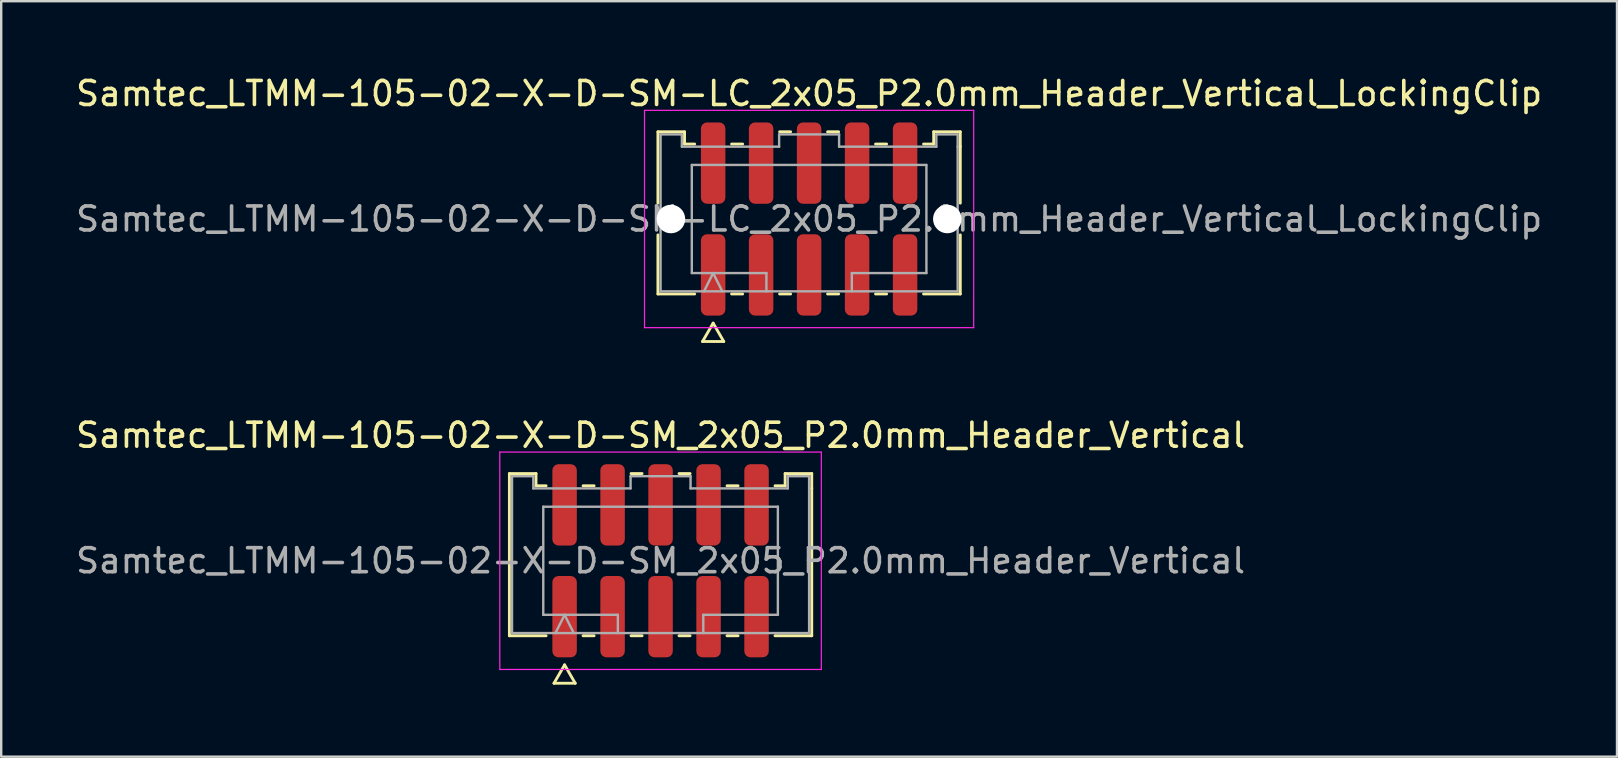
<source format=kicad_pcb>
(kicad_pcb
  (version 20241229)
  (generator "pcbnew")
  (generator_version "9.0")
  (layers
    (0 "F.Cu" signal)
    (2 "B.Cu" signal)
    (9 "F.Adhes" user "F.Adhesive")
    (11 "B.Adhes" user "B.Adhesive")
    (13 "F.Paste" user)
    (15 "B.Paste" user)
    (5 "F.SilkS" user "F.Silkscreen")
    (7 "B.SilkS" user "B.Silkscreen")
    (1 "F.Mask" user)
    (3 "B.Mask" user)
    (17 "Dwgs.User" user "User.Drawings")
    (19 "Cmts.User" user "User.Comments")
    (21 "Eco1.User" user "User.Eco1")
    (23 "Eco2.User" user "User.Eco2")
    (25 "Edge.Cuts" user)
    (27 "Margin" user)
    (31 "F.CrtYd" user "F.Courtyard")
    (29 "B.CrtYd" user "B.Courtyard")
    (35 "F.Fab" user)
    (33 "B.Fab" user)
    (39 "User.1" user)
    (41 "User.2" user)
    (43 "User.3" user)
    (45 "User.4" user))
  (footprint "Samtec_LTMM-105-02-X-D-SM-LC_2x05_P2.0mm_Header_Vertical_LockingClip"
    (layer "F.Cu")
    (at 30.673 6.078)
    (property "Reference" "Samtec_LTMM-105-02-X-D-SM-LC_2x05_P2.0mm_Header_Vertical_LockingClip" (at 0 -5.23 0) (layer "F.SilkS") (effects (font (size 1 1) (thickness 0.15))))
    (attr smd)
    (fp_line (start -6.301 -3.635) (end -5.192 -3.635) (stroke (width 0.12) (type solid)) (layer "F.SilkS"))
    (fp_line (start -6.301 -0.662) (end -6.301 -3.635) (stroke (width 0.12) (type solid)) (layer "F.SilkS"))
    (fp_line (start -6.301 3.125) (end -6.301 0.662) (stroke (width 0.12) (type solid)) (layer "F.SilkS"))
    (fp_line (start -5.192 -3.635) (end -5.192 -3.125) (stroke (width 0.12) (type solid)) (layer "F.SilkS"))
    (fp_line (start -5.192 -3.125) (end -4.77 -3.125) (stroke (width 0.12) (type solid)) (layer "F.SilkS"))
    (fp_line (start -4.77 3.125) (end -6.301 3.125) (stroke (width 0.12) (type solid)) (layer "F.SilkS"))
    (fp_line (start -4.442 5.105) (end -4 4.34) (stroke (width 0.12) (type solid)) (layer "F.SilkS"))
    (fp_line (start -4 4.34) (end -3.558 5.105) (stroke (width 0.12) (type solid)) (layer "F.SilkS"))
    (fp_line (start -3.558 5.105) (end -4.442 5.105) (stroke (width 0.12) (type solid)) (layer "F.SilkS"))
    (fp_line (start -3.23 -3.125) (end -2.77 -3.125) (stroke (width 0.12) (type solid)) (layer "F.SilkS"))
    (fp_line (start -2.77 3.125) (end -3.23 3.125) (stroke (width 0.12) (type solid)) (layer "F.SilkS"))
    (fp_line (start -1.23 -3.635) (end -0.77 -3.635) (stroke (width 0.12) (type solid)) (layer "F.SilkS"))
    (fp_line (start -0.77 3.125) (end -1.23 3.125) (stroke (width 0.12) (type solid)) (layer "F.SilkS"))
    (fp_line (start 0.77 -3.635) (end 1.23 -3.635) (stroke (width 0.12) (type solid)) (layer "F.SilkS"))
    (fp_line (start 1.23 3.125) (end 0.77 3.125) (stroke (width 0.12) (type solid)) (layer "F.SilkS"))
    (fp_line (start 2.77 -3.125) (end 3.23 -3.125) (stroke (width 0.12) (type solid)) (layer "F.SilkS"))
    (fp_line (start 3.23 3.125) (end 2.77 3.125) (stroke (width 0.12) (type solid)) (layer "F.SilkS"))
    (fp_line (start 4.77 -3.125) (end 5.192 -3.125) (stroke (width 0.12) (type solid)) (layer "F.SilkS"))
    (fp_line (start 5.192 -3.635) (end 6.301 -3.635) (stroke (width 0.12) (type solid)) (layer "F.SilkS"))
    (fp_line (start 5.192 -3.125) (end 5.192 -3.635) (stroke (width 0.12) (type solid)) (layer "F.SilkS"))
    (fp_line (start 6.301 -3.635) (end 6.301 -3.015) (stroke (width 0.12) (type solid)) (layer "F.SilkS"))
    (fp_line (start 6.301 -3.015) (end 6.301 -0.662) (stroke (width 0.12) (type solid)) (layer "F.SilkS"))
    (fp_line (start 6.301 0.662) (end 6.301 3.125) (stroke (width 0.12) (type solid)) (layer "F.SilkS"))
    (fp_line (start 6.301 3.125) (end 4.77 3.125) (stroke (width 0.12) (type solid)) (layer "F.SilkS"))
    (fp_line (start -6.86 -4.53) (end -6.86 4.53) (stroke (width 0.05) (type solid)) (layer "F.CrtYd"))
    (fp_line (start -6.86 4.53) (end 6.86 4.53) (stroke (width 0.05) (type solid)) (layer "F.CrtYd"))
    (fp_line (start 6.86 -4.53) (end -6.86 -4.53) (stroke (width 0.05) (type solid)) (layer "F.CrtYd"))
    (fp_line (start 6.86 4.53) (end 6.86 -4.53) (stroke (width 0.05) (type solid)) (layer "F.CrtYd"))
    (fp_line (start -6.191 -3.525) (end -5.303 -3.525) (stroke (width 0.1) (type solid)) (layer "F.Fab"))
    (fp_line (start -6.191 3.015) (end -6.191 -3.525) (stroke (width 0.1) (type solid)) (layer "F.Fab"))
    (fp_line (start -5.303 -3.525) (end -5.303 -3.015) (stroke (width 0.1) (type solid)) (layer "F.Fab"))
    (fp_line (start -5.303 -3.015) (end -1.25 -3.015) (stroke (width 0.1) (type solid)) (layer "F.Fab"))
    (fp_line (start -4.889 -2.253) (end 4.889 -2.253) (stroke (width 0.1) (type solid)) (layer "F.Fab"))
    (fp_line (start -4.889 2.253) (end -4.889 -2.253) (stroke (width 0.1) (type solid)) (layer "F.Fab"))
    (fp_line (start -4.381 3.015) (end -4 2.253) (stroke (width 0.1) (type solid)) (layer "F.Fab"))
    (fp_line (start -4 2.253) (end -3.619 3.015) (stroke (width 0.1) (type solid)) (layer "F.Fab"))
    (fp_line (start -1.78 2.253) (end -4.889 2.253) (stroke (width 0.1) (type solid)) (layer "F.Fab"))
    (fp_line (start -1.78 3.015) (end -1.78 2.253) (stroke (width 0.1) (type solid)) (layer "F.Fab"))
    (fp_line (start -1.25 -3.525) (end 1.25 -3.525) (stroke (width 0.1) (type solid)) (layer "F.Fab"))
    (fp_line (start -1.25 -3.015) (end -1.25 -3.525) (stroke (width 0.1) (type solid)) (layer "F.Fab"))
    (fp_line (start 1.25 -3.525) (end 1.25 -3.015) (stroke (width 0.1) (type solid)) (layer "F.Fab"))
    (fp_line (start 1.25 -3.015) (end 5.303 -3.015) (stroke (width 0.1) (type solid)) (layer "F.Fab"))
    (fp_line (start 1.78 2.253) (end 1.78 3.015) (stroke (width 0.1) (type solid)) (layer "F.Fab"))
    (fp_line (start 4.889 -2.253) (end 4.889 2.253) (stroke (width 0.1) (type solid)) (layer "F.Fab"))
    (fp_line (start 4.889 2.253) (end 1.78 2.253) (stroke (width 0.1) (type solid)) (layer "F.Fab"))
    (fp_line (start 5.303 -3.525) (end 6.191 -3.525) (stroke (width 0.1) (type solid)) (layer "F.Fab"))
    (fp_line (start 5.303 -3.015) (end 5.303 -3.525) (stroke (width 0.1) (type solid)) (layer "F.Fab"))
    (fp_line (start 6.191 -3.525) (end 6.191 -3.015) (stroke (width 0.1) (type solid)) (layer "F.Fab"))
    (fp_line (start 6.191 -3.015) (end 6.191 3.015) (stroke (width 0.1) (type solid)) (layer "F.Fab"))
    (fp_line (start 6.191 3.015) (end -6.191 3.015) (stroke (width 0.1) (type solid)) (layer "F.Fab"))
    (fp_text user "${REFERENCE}" (at 0 0 0) (layer "F.Fab") (effects (font (size 1 1) (thickness 0.15))))
    (pad "" np_thru_hole circle (at -5.76 0) (size 1.19 1.19) (drill 1.19) (layers "*.Cu" "*.Mask"))
    (pad "" np_thru_hole circle (at 5.76 0) (size 1.19 1.19) (drill 1.19) (layers "*.Cu" "*.Mask"))
    (pad "1" smd roundrect (at -4 2.33) (size 1.02 3.39) (layers "F.Cu" "F.Mask" "F.Paste") (roundrect_rratio 0.25))
    (pad "2" smd roundrect (at -4 -2.33) (size 1.02 3.39) (layers "F.Cu" "F.Mask" "F.Paste") (roundrect_rratio 0.25))
    (pad "3" smd roundrect (at -2 2.33) (size 1.02 3.39) (layers "F.Cu" "F.Mask" "F.Paste") (roundrect_rratio 0.25))
    (pad "4" smd roundrect (at -2 -2.33) (size 1.02 3.39) (layers "F.Cu" "F.Mask" "F.Paste") (roundrect_rratio 0.25))
    (pad "5" smd roundrect (at 0 2.33) (size 1.02 3.39) (layers "F.Cu" "F.Mask" "F.Paste") (roundrect_rratio 0.25))
    (pad "6" smd roundrect (at 0 -2.33) (size 1.02 3.39) (layers "F.Cu" "F.Mask" "F.Paste") (roundrect_rratio 0.25))
    (pad "7" smd roundrect (at 2 2.33) (size 1.02 3.39) (layers "F.Cu" "F.Mask" "F.Paste") (roundrect_rratio 0.25))
    (pad "8" smd roundrect (at 2 -2.33) (size 1.02 3.39) (layers "F.Cu" "F.Mask" "F.Paste") (roundrect_rratio 0.25))
    (pad "9" smd roundrect (at 4 2.33) (size 1.02 3.39) (layers "F.Cu" "F.Mask" "F.Paste") (roundrect_rratio 0.25))
    (pad "10" smd roundrect (at 4 -2.33) (size 1.02 3.39) (layers "F.Cu" "F.Mask" "F.Paste") (roundrect_rratio 0.25)))
  (footprint "Samtec_LTMM-105-02-X-D-SM_2x05_P2.0mm_Header_Vertical"
    (layer "F.Cu")
    (at 24.482 20.322)
    (property "Reference" "Samtec_LTMM-105-02-X-D-SM_2x05_P2.0mm_Header_Vertical" (at 0 -5.23 0) (layer "F.SilkS") (effects (font (size 1 1) (thickness 0.15))))
    (attr smd)
    (fp_line (start -6.301 -3.635) (end -5.192 -3.635) (stroke (width 0.12) (type solid)) (layer "F.SilkS"))
    (fp_line (start -6.301 3.125) (end -6.301 -3.635) (stroke (width 0.12) (type solid)) (layer "F.SilkS"))
    (fp_line (start -5.192 -3.635) (end -5.192 -3.125) (stroke (width 0.12) (type solid)) (layer "F.SilkS"))
    (fp_line (start -5.192 -3.125) (end -4.77 -3.125) (stroke (width 0.12) (type solid)) (layer "F.SilkS"))
    (fp_line (start -4.77 3.125) (end -6.301 3.125) (stroke (width 0.12) (type solid)) (layer "F.SilkS"))
    (fp_line (start -4.442 5.105) (end -4 4.34) (stroke (width 0.12) (type solid)) (layer "F.SilkS"))
    (fp_line (start -4 4.34) (end -3.558 5.105) (stroke (width 0.12) (type solid)) (layer "F.SilkS"))
    (fp_line (start -3.558 5.105) (end -4.442 5.105) (stroke (width 0.12) (type solid)) (layer "F.SilkS"))
    (fp_line (start -3.23 -3.125) (end -2.77 -3.125) (stroke (width 0.12) (type solid)) (layer "F.SilkS"))
    (fp_line (start -2.77 3.125) (end -3.23 3.125) (stroke (width 0.12) (type solid)) (layer "F.SilkS"))
    (fp_line (start -1.23 -3.635) (end -0.77 -3.635) (stroke (width 0.12) (type solid)) (layer "F.SilkS"))
    (fp_line (start -0.77 3.125) (end -1.23 3.125) (stroke (width 0.12) (type solid)) (layer "F.SilkS"))
    (fp_line (start 0.77 -3.635) (end 1.23 -3.635) (stroke (width 0.12) (type solid)) (layer "F.SilkS"))
    (fp_line (start 1.23 3.125) (end 0.77 3.125) (stroke (width 0.12) (type solid)) (layer "F.SilkS"))
    (fp_line (start 2.77 -3.125) (end 3.23 -3.125) (stroke (width 0.12) (type solid)) (layer "F.SilkS"))
    (fp_line (start 3.23 3.125) (end 2.77 3.125) (stroke (width 0.12) (type solid)) (layer "F.SilkS"))
    (fp_line (start 4.77 -3.125) (end 5.192 -3.125) (stroke (width 0.12) (type solid)) (layer "F.SilkS"))
    (fp_line (start 5.192 -3.635) (end 6.301 -3.635) (stroke (width 0.12) (type solid)) (layer "F.SilkS"))
    (fp_line (start 5.192 -3.125) (end 5.192 -3.635) (stroke (width 0.12) (type solid)) (layer "F.SilkS"))
    (fp_line (start 6.301 -3.635) (end 6.301 -3.015) (stroke (width 0.12) (type solid)) (layer "F.SilkS"))
    (fp_line (start 6.301 -3.015) (end 6.301 3.125) (stroke (width 0.12) (type solid)) (layer "F.SilkS"))
    (fp_line (start 6.301 3.125) (end 4.77 3.125) (stroke (width 0.12) (type solid)) (layer "F.SilkS"))
    (fp_line (start -6.7 -4.53) (end -6.7 4.53) (stroke (width 0.05) (type solid)) (layer "F.CrtYd"))
    (fp_line (start -6.7 4.53) (end 6.7 4.53) (stroke (width 0.05) (type solid)) (layer "F.CrtYd"))
    (fp_line (start 6.7 -4.53) (end -6.7 -4.53) (stroke (width 0.05) (type solid)) (layer "F.CrtYd"))
    (fp_line (start 6.7 4.53) (end 6.7 -4.53) (stroke (width 0.05) (type solid)) (layer "F.CrtYd"))
    (fp_line (start -6.191 -3.525) (end -5.303 -3.525) (stroke (width 0.1) (type solid)) (layer "F.Fab"))
    (fp_line (start -6.191 3.015) (end -6.191 -3.525) (stroke (width 0.1) (type solid)) (layer "F.Fab"))
    (fp_line (start -5.303 -3.525) (end -5.303 -3.015) (stroke (width 0.1) (type solid)) (layer "F.Fab"))
    (fp_line (start -5.303 -3.015) (end -1.25 -3.015) (stroke (width 0.1) (type solid)) (layer "F.Fab"))
    (fp_line (start -4.889 -2.253) (end 4.889 -2.253) (stroke (width 0.1) (type solid)) (layer "F.Fab"))
    (fp_line (start -4.889 2.253) (end -4.889 -2.253) (stroke (width 0.1) (type solid)) (layer "F.Fab"))
    (fp_line (start -4.381 3.015) (end -4 2.253) (stroke (width 0.1) (type solid)) (layer "F.Fab"))
    (fp_line (start -4 2.253) (end -3.619 3.015) (stroke (width 0.1) (type solid)) (layer "F.Fab"))
    (fp_line (start -1.78 2.253) (end -4.889 2.253) (stroke (width 0.1) (type solid)) (layer "F.Fab"))
    (fp_line (start -1.78 3.015) (end -1.78 2.253) (stroke (width 0.1) (type solid)) (layer "F.Fab"))
    (fp_line (start -1.25 -3.525) (end 1.25 -3.525) (stroke (width 0.1) (type solid)) (layer "F.Fab"))
    (fp_line (start -1.25 -3.015) (end -1.25 -3.525) (stroke (width 0.1) (type solid)) (layer "F.Fab"))
    (fp_line (start 1.25 -3.525) (end 1.25 -3.015) (stroke (width 0.1) (type solid)) (layer "F.Fab"))
    (fp_line (start 1.25 -3.015) (end 5.303 -3.015) (stroke (width 0.1) (type solid)) (layer "F.Fab"))
    (fp_line (start 1.78 2.253) (end 1.78 3.015) (stroke (width 0.1) (type solid)) (layer "F.Fab"))
    (fp_line (start 4.889 -2.253) (end 4.889 2.253) (stroke (width 0.1) (type solid)) (layer "F.Fab"))
    (fp_line (start 4.889 2.253) (end 1.78 2.253) (stroke (width 0.1) (type solid)) (layer "F.Fab"))
    (fp_line (start 5.303 -3.525) (end 6.191 -3.525) (stroke (width 0.1) (type solid)) (layer "F.Fab"))
    (fp_line (start 5.303 -3.015) (end 5.303 -3.525) (stroke (width 0.1) (type solid)) (layer "F.Fab"))
    (fp_line (start 6.191 -3.525) (end 6.191 -3.015) (stroke (width 0.1) (type solid)) (layer "F.Fab"))
    (fp_line (start 6.191 -3.015) (end 6.191 3.015) (stroke (width 0.1) (type solid)) (layer "F.Fab"))
    (fp_line (start 6.191 3.015) (end -6.191 3.015) (stroke (width 0.1) (type solid)) (layer "F.Fab"))
    (fp_text user "${REFERENCE}" (at 0 0 0) (layer "F.Fab") (effects (font (size 1 1) (thickness 0.15))))
    (pad "1" smd roundrect (at -4 2.33) (size 1.02 3.39) (layers "F.Cu" "F.Mask" "F.Paste") (roundrect_rratio 0.25))
    (pad "2" smd roundrect (at -4 -2.33) (size 1.02 3.39) (layers "F.Cu" "F.Mask" "F.Paste") (roundrect_rratio 0.25))
    (pad "3" smd roundrect (at -2 2.33) (size 1.02 3.39) (layers "F.Cu" "F.Mask" "F.Paste") (roundrect_rratio 0.25))
    (pad "4" smd roundrect (at -2 -2.33) (size 1.02 3.39) (layers "F.Cu" "F.Mask" "F.Paste") (roundrect_rratio 0.25))
    (pad "5" smd roundrect (at 0 2.33) (size 1.02 3.39) (layers "F.Cu" "F.Mask" "F.Paste") (roundrect_rratio 0.25))
    (pad "6" smd roundrect (at 0 -2.33) (size 1.02 3.39) (layers "F.Cu" "F.Mask" "F.Paste") (roundrect_rratio 0.25))
    (pad "7" smd roundrect (at 2 2.33) (size 1.02 3.39) (layers "F.Cu" "F.Mask" "F.Paste") (roundrect_rratio 0.25))
    (pad "8" smd roundrect (at 2 -2.33) (size 1.02 3.39) (layers "F.Cu" "F.Mask" "F.Paste") (roundrect_rratio 0.25))
    (pad "9" smd roundrect (at 4 2.33) (size 1.02 3.39) (layers "F.Cu" "F.Mask" "F.Paste") (roundrect_rratio 0.25))
    (pad "10" smd roundrect (at 4 -2.33) (size 1.02 3.39) (layers "F.Cu" "F.Mask" "F.Paste") (roundrect_rratio 0.25)))
  (gr_rect
    (start -3 -3)
    (end 64.345 28.486)
    (stroke (width 0.1) (type default))
    (fill no)
    (layer "Edge.Cuts")))
</source>
